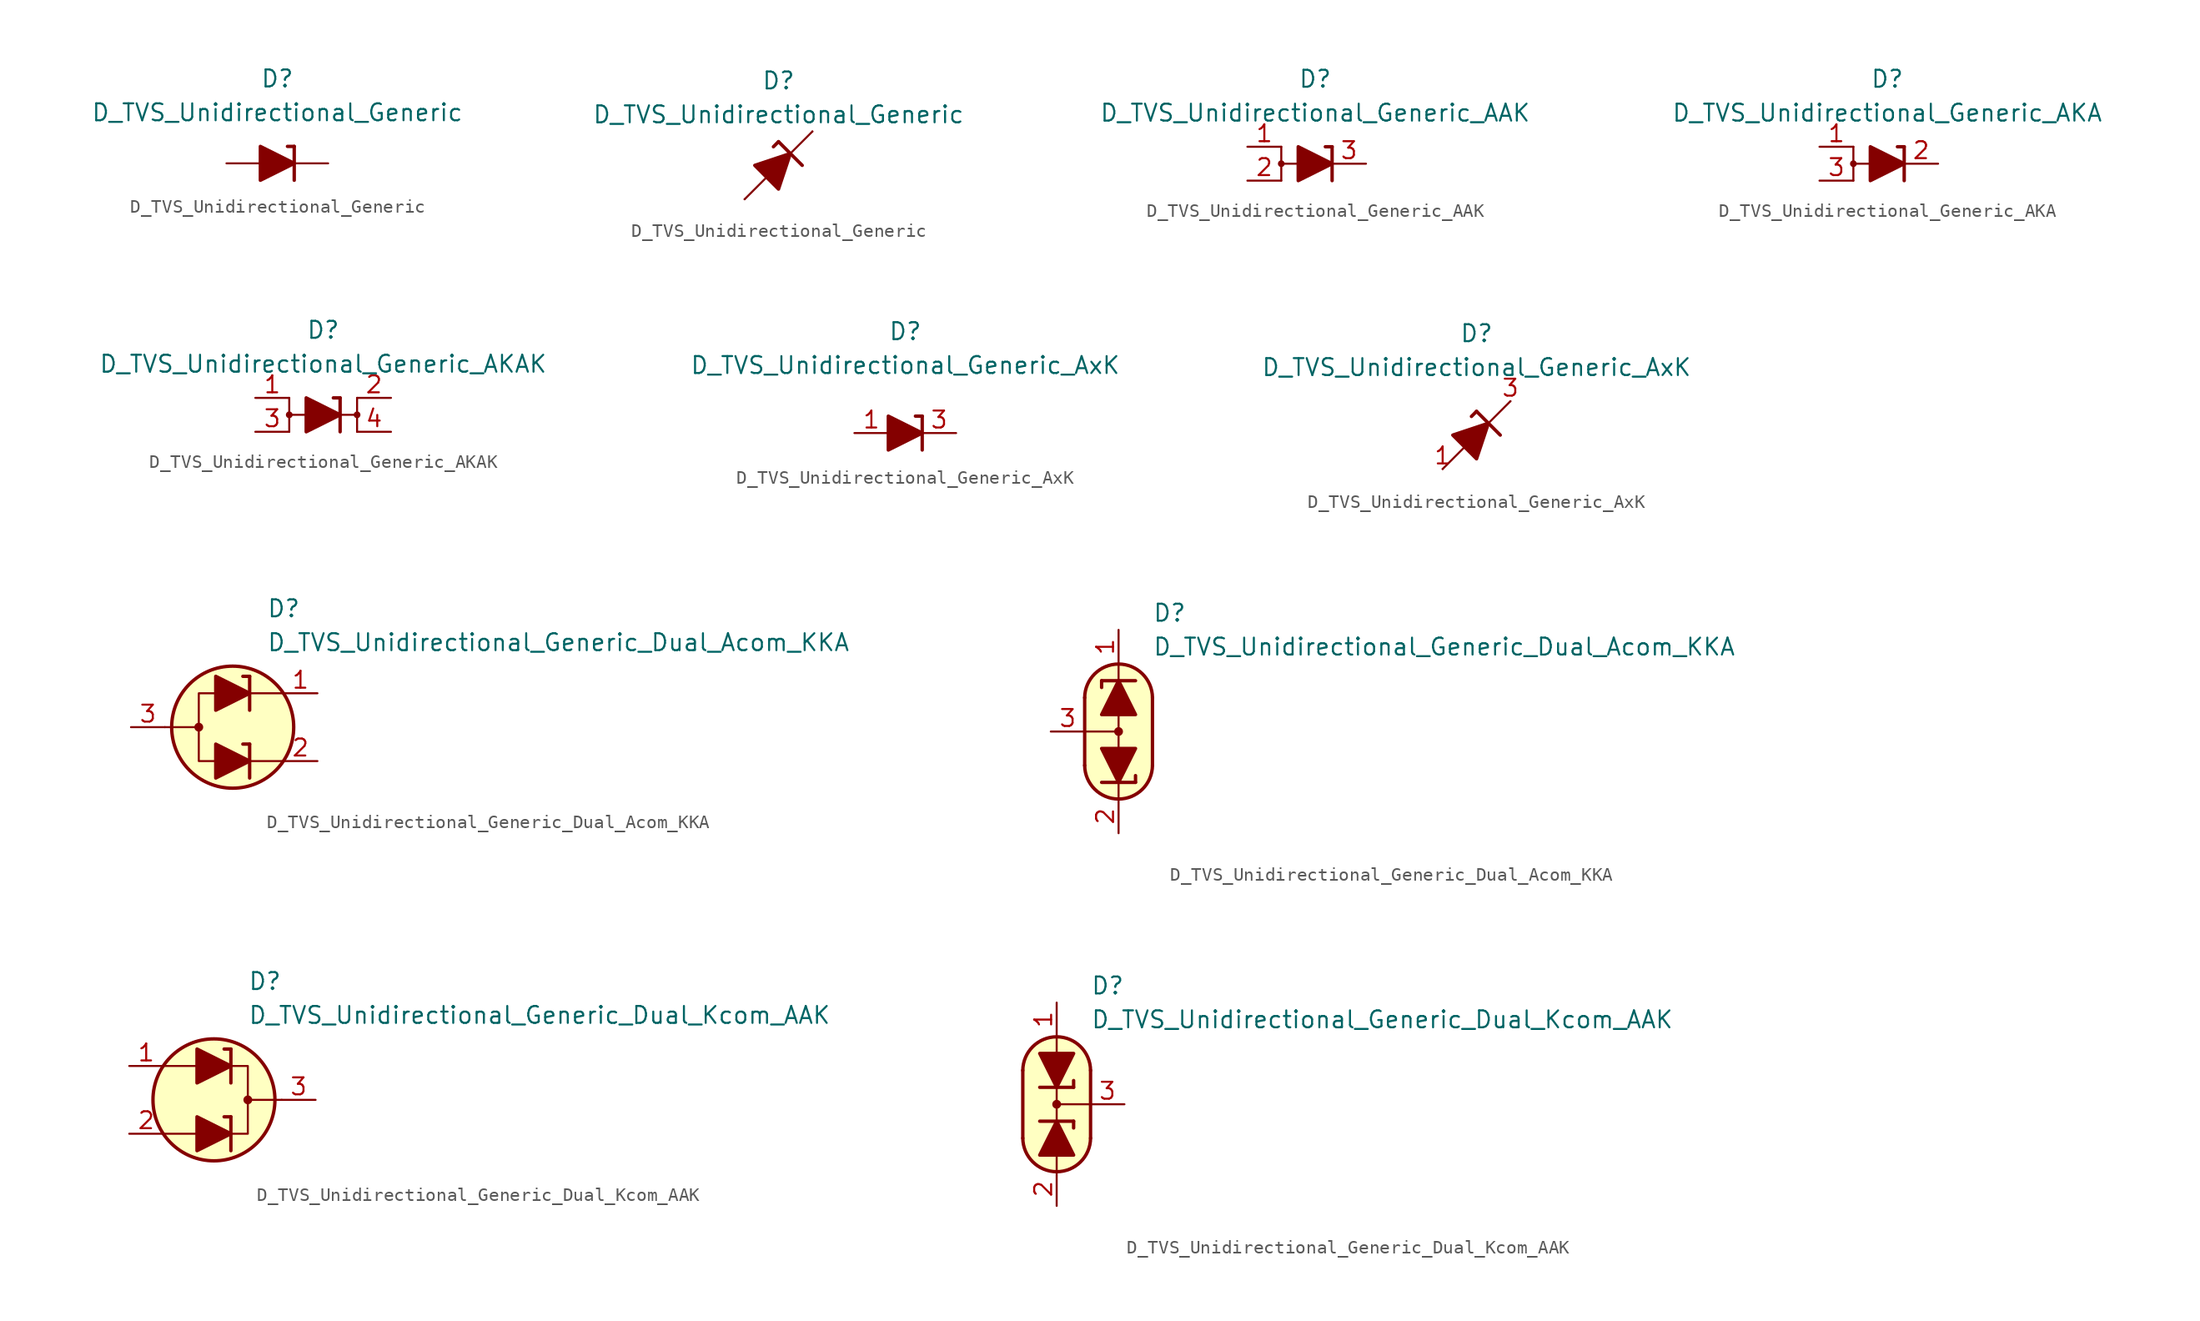
<source format=kicad_sym>
(kicad_symbol_lib
  (version 20231120)
  (generator "kicad_symbol_editor")
  (generator_version "8.0")
  (symbol "D_TVS_Unidirectional_Generic"
    (pin_numbers hide)
    (pin_names
      (offset 1.016) hide)
    (property "Reference" "D"
      (at 0 6.35 0)
      (effects (font (size 1.27 1.27))))
    (property "Value" "D_TVS_Unidirectional_Generic"
      (at 0 3.81 0)
      (effects (font (size 1.27 1.27))))
    (symbol "D_TVS_Unidirectional_Generic_0_1"
      (polyline (pts (xy -1.27 0) (xy 1.27 0)) (stroke (width 0) (type default)) (fill (type none)))
      (polyline (pts (xy 1.27 -1.27) (xy 1.27 1.27)) (stroke (width 0.254) (type default)) (fill (type none)))
      (polyline (pts (xy 1.27 1.27) (xy 0.762 1.27)) (stroke (width 0.254) (type default)) (fill (type none)))
      (polyline (pts (xy -1.27 1.27) (xy -1.27 -1.27) (xy 1.27 0) (xy -1.27 1.27)) (stroke (width 0.254) (type default)) (fill (type outline))))
    (symbol "D_TVS_Unidirectional_Generic_0_2"
      (polyline (pts (xy -2.54 -2.54) (xy 2.54 2.54)) (stroke (width 0) (type default)) (fill (type none)))
      (polyline (pts (xy 0 1.778) (xy -0.381 1.397)) (stroke (width 0.254) (type default)) (fill (type none)))
      (polyline (pts (xy 0 1.778) (xy 1.778 0)) (stroke (width 0.254) (type default)) (fill (type none)))
      (polyline (pts (xy -0.889 -0.889) (xy -1.778 0) (xy 0.889 0.889) (xy 0 -1.778) (xy -0.889 -0.889)) (stroke (width 0.254) (type default)) (fill (type outline))))
    (symbol "D_TVS_Unidirectional_Generic_1_1"
      (pin passive line (at 3.81 0 180) (length 2.54) (name "K" (effects (font (size 1.27 1.27)))) (number "1" (effects (font (size 1.27 1.27)))))
      (pin passive line (at -3.81 0 0) (length 2.54) (name "A" (effects (font (size 1.27 1.27)))) (number "2" (effects (font (size 1.27 1.27))))))
    (symbol "D_TVS_Unidirectional_Generic_1_2"
      (pin passive line (at 2.54 2.54 180) (length 0) (name "K" (effects (font (size 1.27 1.27)))) (number "1" (effects (font (size 1.27 1.27)))))
      (pin passive line (at -2.54 -2.54 0) (length 0) (name "A" (effects (font (size 1.27 1.27)))) (number "2" (effects (font (size 1.27 1.27)))))))
  (symbol "D_TVS_Unidirectional_Generic_AAK"
    (pin_names
      (offset 1.016) hide)
    (property "Reference" "D"
      (at 0 6.35 0)
      (effects (font (size 1.27 1.27))))
    (property "Value" "D_TVS_Unidirectional_Generic_AAK"
      (at 0 3.81 0)
      (effects (font (size 1.27 1.27))))
    (symbol "D_TVS_Unidirectional_Generic_AAK_0_1"
      (circle (center -2.54 0) (radius 0.178) (stroke (width 0) (type default)) (fill (type outline)))
      (polyline (pts (xy -2.54 -1.27) (xy -2.54 1.27)) (stroke (width 0) (type default)) (fill (type none)))
      (polyline (pts (xy -1.27 0) (xy -2.54 0)) (stroke (width 0) (type default)) (fill (type none)))
      (polyline (pts (xy -1.27 0) (xy 1.27 0)) (stroke (width 0) (type default)) (fill (type none)))
      (polyline (pts (xy 1.27 -1.27) (xy 1.27 1.27)) (stroke (width 0.254) (type default)) (fill (type none)))
      (polyline (pts (xy 1.27 1.27) (xy 0.762 1.27)) (stroke (width 0.254) (type default)) (fill (type none)))
      (polyline (pts (xy -1.27 1.27) (xy -1.27 -1.27) (xy 1.27 0) (xy -1.27 1.27)) (stroke (width 0.254) (type default)) (fill (type outline))))
    (symbol "D_TVS_Unidirectional_Generic_AAK_1_1"
      (pin passive line (at -5.08 1.27 0) (length 2.54) (name "A" (effects (font (size 1.27 1.27)))) (number "1" (effects (font (size 1.27 1.27)))))
      (pin passive line (at -5.08 -1.27 0) (length 2.54) (name "A" (effects (font (size 1.27 1.27)))) (number "2" (effects (font (size 1.27 1.27)))))
      (pin passive line (at 3.81 0 180) (length 2.54) (name "K" (effects (font (size 1.27 1.27)))) (number "3" (effects (font (size 1.27 1.27)))))))
  (symbol "D_TVS_Unidirectional_Generic_AKA"
    (pin_names
      (offset 1.016) hide)
    (property "Reference" "D"
      (at 0 6.35 0)
      (effects (font (size 1.27 1.27))))
    (property "Value" "D_TVS_Unidirectional_Generic_AKA"
      (at 0 3.81 0)
      (effects (font (size 1.27 1.27))))
    (symbol "D_TVS_Unidirectional_Generic_AKA_0_1"
      (circle (center -2.54 0) (radius 0.178) (stroke (width 0) (type default)) (fill (type outline)))
      (polyline (pts (xy -2.54 -1.27) (xy -2.54 1.27)) (stroke (width 0) (type default)) (fill (type none)))
      (polyline (pts (xy -1.27 0) (xy -2.54 0)) (stroke (width 0) (type default)) (fill (type none)))
      (polyline (pts (xy -1.27 0) (xy 1.27 0)) (stroke (width 0) (type default)) (fill (type none)))
      (polyline (pts (xy 1.27 -1.27) (xy 1.27 1.27)) (stroke (width 0.254) (type default)) (fill (type none)))
      (polyline (pts (xy 1.27 1.27) (xy 0.762 1.27)) (stroke (width 0.254) (type default)) (fill (type none)))
      (polyline (pts (xy -1.27 1.27) (xy -1.27 -1.27) (xy 1.27 0) (xy -1.27 1.27)) (stroke (width 0.254) (type default)) (fill (type outline))))
    (symbol "D_TVS_Unidirectional_Generic_AKA_1_1"
      (pin passive line (at -5.08 1.27 0) (length 2.54) (name "A" (effects (font (size 1.27 1.27)))) (number "1" (effects (font (size 1.27 1.27)))))
      (pin passive line (at 3.81 0 180) (length 2.54) (name "K" (effects (font (size 1.27 1.27)))) (number "2" (effects (font (size 1.27 1.27)))))
      (pin passive line (at -5.08 -1.27 0) (length 2.54) (name "A" (effects (font (size 1.27 1.27)))) (number "3" (effects (font (size 1.27 1.27)))))))
  (symbol "D_TVS_Unidirectional_Generic_AKAK"
    (pin_names
      (offset 1.016) hide)
    (property "Reference" "D"
      (at 0 6.35 0)
      (effects (font (size 1.27 1.27))))
    (property "Value" "D_TVS_Unidirectional_Generic_AKAK"
      (at 0 3.81 0)
      (effects (font (size 1.27 1.27))))
    (symbol "D_TVS_Unidirectional_Generic_AKAK_0_1"
      (circle (center -2.54 0) (radius 0.178) (stroke (width 0) (type default)) (fill (type outline)))
      (polyline (pts (xy -2.54 -1.27) (xy -2.54 1.27)) (stroke (width 0) (type default)) (fill (type none)))
      (polyline (pts (xy -1.27 0) (xy -2.54 0)) (stroke (width 0) (type default)) (fill (type none)))
      (polyline (pts (xy -1.27 0) (xy 1.27 0)) (stroke (width 0) (type default)) (fill (type none)))
      (polyline (pts (xy 1.27 -1.27) (xy 1.27 1.27)) (stroke (width 0.254) (type default)) (fill (type none)))
      (polyline (pts (xy 1.27 1.27) (xy 0.762 1.27)) (stroke (width 0.254) (type default)) (fill (type none)))
      (polyline (pts (xy -1.27 1.27) (xy -1.27 -1.27) (xy 1.27 0) (xy -1.27 1.27)) (stroke (width 0.254) (type default)) (fill (type outline))))
    (symbol "D_TVS_Unidirectional_Generic_AKAK_1_1"
      (polyline (pts (xy 1.27 0) (xy 2.54 0)) (stroke (width 0) (type default)) (fill (type none)))
      (polyline (pts (xy 2.54 1.27) (xy 2.54 -1.27)) (stroke (width 0) (type default)) (fill (type none)))
      (circle (center 2.54 0) (radius 0.178) (stroke (width 0) (type default)) (fill (type outline)))
      (pin passive line (at -5.08 1.27 0) (length 2.54) (name "A" (effects (font (size 1.27 1.27)))) (number "1" (effects (font (size 1.27 1.27)))))
      (pin passive line (at 5.08 1.27 180) (length 2.54) (name "K" (effects (font (size 1.27 1.27)))) (number "2" (effects (font (size 1.27 1.27)))))
      (pin passive line (at -5.08 -1.27 0) (length 2.54) (name "A" (effects (font (size 1.27 1.27)))) (number "3" (effects (font (size 1.27 1.27)))))
      (pin passive line (at 5.08 -1.27 180) (length 2.54) (name "K" (effects (font (size 1.27 1.27)))) (number "4" (effects (font (size 1.27 1.27)))))))
  (symbol "D_TVS_Unidirectional_Generic_AxK"
    (pin_names
      (offset 1.016) hide)
    (property "Reference" "D"
      (at 0 7.62 0)
      (effects (font (size 1.27 1.27))))
    (property "Value" "D_TVS_Unidirectional_Generic_AxK"
      (at 0 5.08 0)
      (effects (font (size 1.27 1.27))))
    (symbol "D_TVS_Unidirectional_Generic_AxK_0_1"
      (polyline (pts (xy -1.27 0) (xy 1.27 0)) (stroke (width 0) (type default)) (fill (type none)))
      (polyline (pts (xy 1.27 -1.27) (xy 1.27 1.27)) (stroke (width 0.254) (type default)) (fill (type none)))
      (polyline (pts (xy 1.27 1.27) (xy 0.762 1.27)) (stroke (width 0.254) (type default)) (fill (type none)))
      (polyline (pts (xy -1.27 1.27) (xy -1.27 -1.27) (xy 1.27 0) (xy -1.27 1.27)) (stroke (width 0.254) (type default)) (fill (type outline))))
    (symbol "D_TVS_Unidirectional_Generic_AxK_0_2"
      (polyline (pts (xy -2.54 -2.54) (xy 2.54 2.54)) (stroke (width 0) (type default)) (fill (type none)))
      (polyline (pts (xy 0 1.778) (xy -0.381 1.397)) (stroke (width 0.254) (type default)) (fill (type none)))
      (polyline (pts (xy 0 1.778) (xy 1.778 0)) (stroke (width 0.254) (type default)) (fill (type none)))
      (polyline (pts (xy -0.889 -0.889) (xy -1.778 0) (xy 0.889 0.889) (xy 0 -1.778) (xy -0.889 -0.889)) (stroke (width 0.254) (type default)) (fill (type outline))))
    (symbol "D_TVS_Unidirectional_Generic_AxK_1_1"
      (pin passive line (at -3.81 0 0) (length 2.54) (name "A" (effects (font (size 1.27 1.27)))) (number "1" (effects (font (size 1.27 1.27)))))
      (pin free line (at 0 0 0) (length 2.54) hide (name "NC" (effects (font (size 1.27 1.27)))) (number "2" (effects (font (size 1.27 1.27)))))
      (pin passive line (at 3.81 0 180) (length 2.54) (name "K" (effects (font (size 1.27 1.27)))) (number "3" (effects (font (size 1.27 1.27))))))
    (symbol "D_TVS_Unidirectional_Generic_AxK_1_2"
      (pin passive line (at -2.54 -2.54 0) (length 0) (name "A" (effects (font (size 1.27 1.27)))) (number "1" (effects (font (size 1.27 1.27)))))
      (pin free line (at 0 0 0) (length 2.54) hide (name "NC" (effects (font (size 1.27 1.27)))) (number "2" (effects (font (size 1.27 1.27)))))
      (pin passive line (at 2.54 2.54 180) (length 0) (name "K" (effects (font (size 1.27 1.27)))) (number "3" (effects (font (size 1.27 1.27)))))))
  (symbol "D_TVS_Unidirectional_Generic_Dual_Acom_KKA"
    (pin_names
      (offset 1.016) hide)
    (property "Reference" "D"
      (at 2.54 8.89 0)
      (effects (font (size 1.27 1.27)) (justify left)))
    (property "Value" "D_TVS_Unidirectional_Generic_Dual_Acom_KKA"
      (at 2.54 6.35 0)
      (effects (font (size 1.27 1.27)) (justify left)))
    (symbol "D_TVS_Unidirectional_Generic_Dual_Acom_KKA_0_1"
      (circle (center -2.54 0) (radius 0.254) (stroke (width 0) (type default)) (fill (type outline)))
      (polyline (pts (xy -5.08 0) (xy -2.54 0)) (stroke (width 0) (type default)) (fill (type none)))
      (polyline (pts (xy 1.27 -2.54) (xy 3.81 -2.54)) (stroke (width 0) (type default)) (fill (type none)))
      (polyline (pts (xy 1.27 -1.27) (xy 0.762 -1.27)) (stroke (width 0.254) (type default)) (fill (type none)))
      (polyline (pts (xy 1.27 -1.27) (xy 1.27 -3.81)) (stroke (width 0.254) (type default)) (fill (type none)))
      (polyline (pts (xy 1.27 2.54) (xy 3.81 2.54)) (stroke (width 0) (type default)) (fill (type none)))
      (polyline (pts (xy 1.27 3.81) (xy 0.762 3.81)) (stroke (width 0.254) (type default)) (fill (type none)))
      (polyline (pts (xy 1.27 3.81) (xy 1.27 1.27)) (stroke (width 0.254) (type default)) (fill (type none)))
      (polyline (pts (xy -1.27 -2.54) (xy -2.54 -2.54) (xy -2.54 2.54) (xy -1.27 2.54)) (stroke (width 0) (type default)) (fill (type none)))
      (circle (center 0 0) (radius 4.572) (stroke (width 0.254) (type default)) (fill (type background))))
    (symbol "D_TVS_Unidirectional_Generic_Dual_Acom_KKA_0_2"
      (arc (start -2.54 -2.54) (mid 0 -5.0576) (end 2.54 -2.54) (stroke (width 0.254) (type default)) (fill (type none)))
      (polyline (pts (xy -2.54 0) (xy 0 0)) (stroke (width 0) (type default)) (fill (type none)))
      (polyline (pts (xy -2.54 2.54) (xy -2.54 -2.54)) (stroke (width 0.254) (type default)) (fill (type none)))
      (polyline (pts (xy -1.27 3.81) (xy -1.27 3.302)) (stroke (width 0.254) (type default)) (fill (type none)))
      (polyline (pts (xy -1.27 3.81) (xy 1.27 3.81)) (stroke (width 0.254) (type default)) (fill (type none)))
      (polyline (pts (xy 0 -5.08) (xy 0 -3.81)) (stroke (width 0) (type default)) (fill (type none)))
      (polyline (pts (xy 0 1.27) (xy 0 -1.27)) (stroke (width 0) (type default)) (fill (type none)))
      (polyline (pts (xy 0 5.08) (xy 0 3.81)) (stroke (width 0) (type default)) (fill (type none)))
      (polyline (pts (xy 1.27 -3.81) (xy -1.27 -3.81)) (stroke (width 0.254) (type default)) (fill (type none)))
      (polyline (pts (xy 1.27 -3.81) (xy 1.27 -3.302)) (stroke (width 0.254) (type default)) (fill (type none)))
      (polyline (pts (xy 2.54 -2.54) (xy 2.54 2.54)) (stroke (width 0.254) (type default)) (fill (type none)))
      (polyline (pts (xy 0 -5.08) (xy -1.016 -4.826) (xy -1.778 -4.318) (xy -2.286 -3.556) (xy -2.54 -3.048) (xy -2.54 2.794) (xy -2.286 3.556) (xy -1.778 4.318) (xy -1.016 4.826) (xy -0.254 5.08) (xy 0.254 5.08) (xy 1.016 4.826) (xy 1.524 4.572) (xy 2.032 4.064) (xy 2.286 3.556) (xy 2.54 2.794) (xy 2.54 -2.794) (xy 2.286 -3.556) (xy 2.032 -4.064) (xy 1.524 -4.572) (xy 1.016 -4.826) (xy 0 -5.08)) (stroke (width 0.01) (type default)) (fill (type background)))
      (circle (center 0 0) (radius 0.254) (stroke (width 0) (type default)) (fill (type outline)))
      (arc (start 2.54 2.54) (mid 0 5.0576) (end -2.54 2.54) (stroke (width 0.254) (type default)) (fill (type none))))
    (symbol "D_TVS_Unidirectional_Generic_Dual_Acom_KKA_1_1"
      (polyline (pts (xy -1.27 -2.54) (xy 1.27 -2.54)) (stroke (width 0) (type default)) (fill (type none)))
      (polyline (pts (xy -1.27 2.54) (xy 1.27 2.54)) (stroke (width 0) (type default)) (fill (type none)))
      (polyline (pts (xy -1.27 -1.27) (xy -1.27 -3.81) (xy 1.27 -2.54) (xy -1.27 -1.27)) (stroke (width 0.254) (type default)) (fill (type outline)))
      (polyline (pts (xy -1.27 3.81) (xy -1.27 1.27) (xy 1.27 2.54) (xy -1.27 3.81)) (stroke (width 0.254) (type default)) (fill (type outline)))
      (pin passive line (at 6.35 2.54 180) (length 2.54) (name "K1" (effects (font (size 1.27 1.27)))) (number "1" (effects (font (size 1.27 1.27)))))
      (pin passive line (at 6.35 -2.54 180) (length 2.54) (name "K2" (effects (font (size 1.27 1.27)))) (number "2" (effects (font (size 1.27 1.27)))))
      (pin passive line (at -7.62 0 0) (length 2.54) (name "A" (effects (font (size 1.27 1.27)))) (number "3" (effects (font (size 1.27 1.27))))))
    (symbol "D_TVS_Unidirectional_Generic_Dual_Acom_KKA_1_2"
      (polyline (pts (xy -1.27 1.27) (xy 1.27 1.27) (xy 0 3.81) (xy -1.27 1.27)) (stroke (width 0.254) (type default)) (fill (type outline)))
      (polyline (pts (xy 1.27 -1.27) (xy -1.27 -1.27) (xy 0 -3.81) (xy 1.27 -1.27)) (stroke (width 0.254) (type default)) (fill (type outline)))
      (pin passive line (at 0 7.62 270) (length 2.54) (name "K1" (effects (font (size 1.27 1.27)))) (number "1" (effects (font (size 1.27 1.27)))))
      (pin passive line (at 0 -7.62 90) (length 2.54) (name "K2" (effects (font (size 1.27 1.27)))) (number "2" (effects (font (size 1.27 1.27)))))
      (pin passive line (at -5.08 0 0) (length 2.54) (name "A" (effects (font (size 1.27 1.27)))) (number "3" (effects (font (size 1.27 1.27)))))))
  (symbol "D_TVS_Unidirectional_Generic_Dual_Kcom_AAK"
    (pin_names
      (offset 1.016) hide)
    (property "Reference" "D"
      (at 2.54 8.89 0)
      (effects (font (size 1.27 1.27)) (justify left)))
    (property "Value" "D_TVS_Unidirectional_Generic_Dual_Kcom_AAK"
      (at 2.54 6.35 0)
      (effects (font (size 1.27 1.27)) (justify left)))
    (symbol "D_TVS_Unidirectional_Generic_Dual_Kcom_AAK_0_1"
      (polyline (pts (xy -1.27 -2.54) (xy -3.81 -2.54)) (stroke (width 0) (type default)) (fill (type none)))
      (polyline (pts (xy -1.27 2.54) (xy -3.81 2.54)) (stroke (width 0) (type default)) (fill (type none)))
      (polyline (pts (xy 1.27 -3.81) (xy 1.27 -1.27)) (stroke (width 0.254) (type default)) (fill (type none)))
      (polyline (pts (xy 1.27 -1.27) (xy 0.762 -1.27)) (stroke (width 0.254) (type default)) (fill (type none)))
      (polyline (pts (xy 1.27 1.27) (xy 1.27 3.81)) (stroke (width 0.254) (type default)) (fill (type none)))
      (polyline (pts (xy 1.27 3.81) (xy 0.762 3.81)) (stroke (width 0.254) (type default)) (fill (type none)))
      (polyline (pts (xy 5.08 0) (xy 2.54 0)) (stroke (width 0) (type default)) (fill (type none)))
      (polyline (pts (xy 1.27 -2.54) (xy 2.54 -2.54) (xy 2.54 2.54) (xy 1.27 2.54)) (stroke (width 0) (type default)) (fill (type none)))
      (circle (center 0 0) (radius 4.572) (stroke (width 0.254) (type default)) (fill (type background)))
      (circle (center 2.54 0) (radius 0.254) (stroke (width 0) (type default)) (fill (type outline))))
    (symbol "D_TVS_Unidirectional_Generic_Dual_Kcom_AAK_0_2"
      (arc (start -2.54 -2.54) (mid 0 -5.0576) (end 2.54 -2.54) (stroke (width 0.254) (type default)) (fill (type none)))
      (polyline (pts (xy -2.54 2.54) (xy -2.54 -2.54)) (stroke (width 0.254) (type default)) (fill (type none)))
      (polyline (pts (xy -1.27 -1.27) (xy 1.27 -1.27)) (stroke (width 0.254) (type default)) (fill (type none)))
      (polyline (pts (xy 0 -5.08) (xy 0 -3.81)) (stroke (width 0) (type default)) (fill (type none)))
      (polyline (pts (xy 0 -1.27) (xy 0 1.27)) (stroke (width 0) (type default)) (fill (type none)))
      (polyline (pts (xy 0 5.08) (xy 0 3.81)) (stroke (width 0) (type default)) (fill (type none)))
      (polyline (pts (xy 1.27 -1.27) (xy 1.27 -1.778)) (stroke (width 0.254) (type default)) (fill (type none)))
      (polyline (pts (xy 1.27 1.27) (xy -1.27 1.27)) (stroke (width 0.254) (type default)) (fill (type none)))
      (polyline (pts (xy 1.27 1.27) (xy 1.27 1.778)) (stroke (width 0.254) (type default)) (fill (type none)))
      (polyline (pts (xy 2.54 -2.54) (xy 2.54 2.54)) (stroke (width 0.254) (type default)) (fill (type none)))
      (polyline (pts (xy 2.54 0) (xy 0 0)) (stroke (width 0) (type default)) (fill (type none)))
      (polyline (pts (xy 0 5.08) (xy 1.016 4.826) (xy 1.778 4.318) (xy 2.286 3.556) (xy 2.54 3.048) (xy 2.54 -2.794) (xy 2.286 -3.556) (xy 1.778 -4.318) (xy 1.016 -4.826) (xy 0.254 -5.08) (xy -0.254 -5.08) (xy -1.016 -4.826) (xy -1.524 -4.572) (xy -2.032 -4.064) (xy -2.286 -3.556) (xy -2.54 -2.794) (xy -2.54 2.794) (xy -2.286 3.556) (xy -2.032 4.064) (xy -1.524 4.572) (xy -1.016 4.826) (xy 0 5.08)) (stroke (width 0.01) (type default)) (fill (type background)))
      (circle (center 0 0) (radius 0.254) (stroke (width 0) (type default)) (fill (type outline)))
      (arc (start 2.54 2.54) (mid 0 5.0576) (end -2.54 2.54) (stroke (width 0.254) (type default)) (fill (type none))))
    (symbol "D_TVS_Unidirectional_Generic_Dual_Kcom_AAK_1_1"
      (polyline (pts (xy -1.27 -2.54) (xy 1.27 -2.54)) (stroke (width 0) (type default)) (fill (type none)))
      (polyline (pts (xy -1.27 2.54) (xy 1.27 2.54)) (stroke (width 0) (type default)) (fill (type none)))
      (polyline (pts (xy -1.27 -3.81) (xy -1.27 -1.27) (xy 1.27 -2.54) (xy -1.27 -3.81)) (stroke (width 0.254) (type default)) (fill (type outline)))
      (polyline (pts (xy -1.27 1.27) (xy -1.27 3.81) (xy 1.27 2.54) (xy -1.27 1.27)) (stroke (width 0.254) (type default)) (fill (type outline)))
      (pin passive line (at -6.35 2.54 0) (length 2.54) (name "A2" (effects (font (size 1.27 1.27)))) (number "1" (effects (font (size 1.27 1.27)))))
      (pin passive line (at -6.35 -2.54 0) (length 2.54) (name "A1" (effects (font (size 1.27 1.27)))) (number "2" (effects (font (size 1.27 1.27)))))
      (pin passive line (at 7.62 0 180) (length 2.54) (name "K" (effects (font (size 1.27 1.27)))) (number "3" (effects (font (size 1.27 1.27))))))
    (symbol "D_TVS_Unidirectional_Generic_Dual_Kcom_AAK_1_2"
      (polyline (pts (xy -1.27 -3.81) (xy 1.27 -3.81) (xy 0 -1.27) (xy -1.27 -3.81)) (stroke (width 0.254) (type default)) (fill (type outline)))
      (polyline (pts (xy 1.27 3.81) (xy -1.27 3.81) (xy 0 1.27) (xy 1.27 3.81)) (stroke (width 0.254) (type default)) (fill (type outline)))
      (pin passive line (at 0 7.62 270) (length 2.54) (name "A2" (effects (font (size 1.27 1.27)))) (number "1" (effects (font (size 1.27 1.27)))))
      (pin passive line (at 0 -7.62 90) (length 2.54) (name "A1" (effects (font (size 1.27 1.27)))) (number "2" (effects (font (size 1.27 1.27)))))
      (pin passive line (at 5.08 0 180) (length 2.54) (name "K" (effects (font (size 1.27 1.27)))) (number "3" (effects (font (size 1.27 1.27))))))))
</source>
